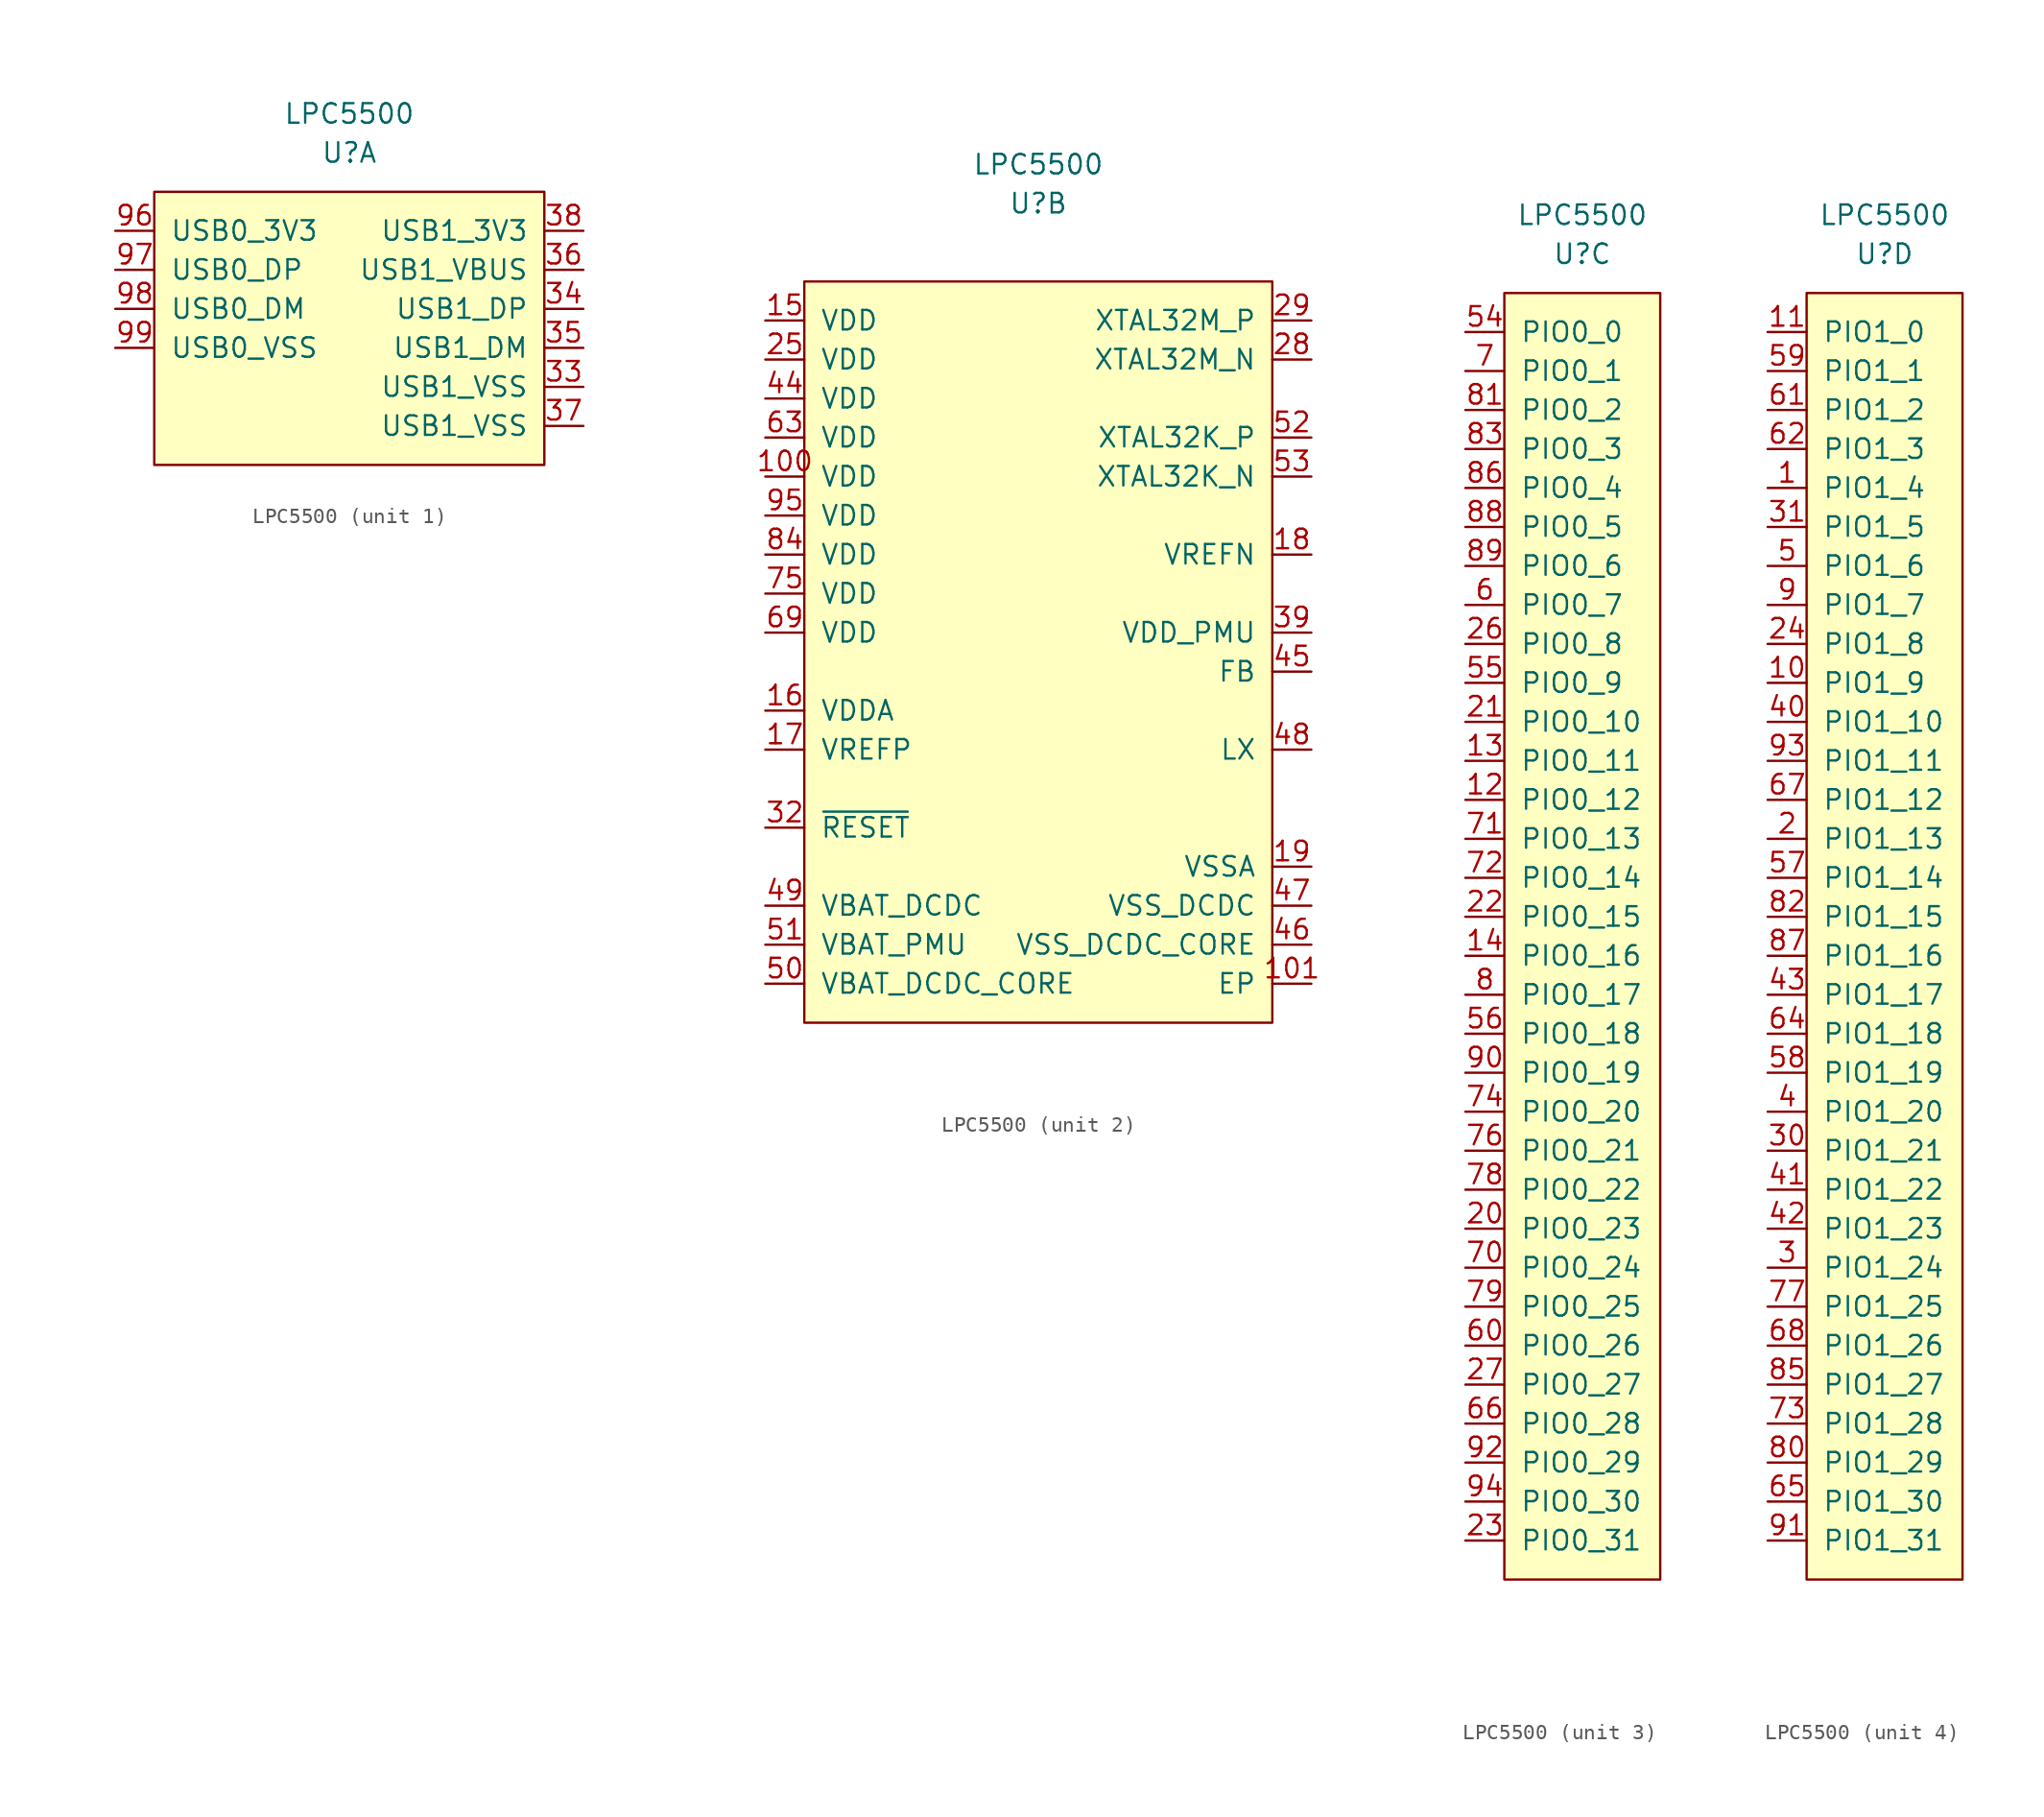
<source format=kicad_sym>
(kicad_symbol_lib
  (version 20220914)
  (generator kicad_symbol_editor)
  (symbol "LPC5500"
    (pin_names
      (offset 1.016))
    (property "Reference" "U"
      (at 0 10.16 0)
      (effects (font (size 1.27 1.27))))
    (property "Value" "LPC5500"
      (at 0 12.7 0)
      (effects (font (size 1.27 1.27))))
    (property "ki_locked" ""
      (at 0 0 0)
      (effects (font (size 1.27 1.27))))
    (symbol "LPC5500_1_1"
      (rectangle (start -12.7 7.62) (end 12.7 -10.16) (stroke (width 0) (type default)) (fill (type background)))
      (pin power_in line (at 15.24 -5.08 180) (length 2.54) (name "USB1_VSS" (effects (font (size 1.27 1.27)))) (number "33" (effects (font (size 1.27 1.27)))))
      (pin bidirectional line (at 15.24 0 180) (length 2.54) (name "USB1_DP" (effects (font (size 1.27 1.27)))) (number "34" (effects (font (size 1.27 1.27)))))
      (pin bidirectional line (at 15.24 -2.54 180) (length 2.54) (name "USB1_DM" (effects (font (size 1.27 1.27)))) (number "35" (effects (font (size 1.27 1.27)))))
      (pin power_in line (at 15.24 2.54 180) (length 2.54) (name "USB1_VBUS" (effects (font (size 1.27 1.27)))) (number "36" (effects (font (size 1.27 1.27)))))
      (pin power_in line (at 15.24 -7.62 180) (length 2.54) (name "USB1_VSS" (effects (font (size 1.27 1.27)))) (number "37" (effects (font (size 1.27 1.27)))))
      (pin power_in line (at 15.24 5.08 180) (length 2.54) (name "USB1_3V3" (effects (font (size 1.27 1.27)))) (number "38" (effects (font (size 1.27 1.27)))))
      (pin power_in line (at -15.24 5.08 0) (length 2.54) (name "USB0_3V3" (effects (font (size 1.27 1.27)))) (number "96" (effects (font (size 1.27 1.27)))))
      (pin bidirectional line (at -15.24 2.54 0) (length 2.54) (name "USB0_DP" (effects (font (size 1.27 1.27)))) (number "97" (effects (font (size 1.27 1.27)))))
      (pin bidirectional line (at -15.24 0 0) (length 2.54) (name "USB0_DM" (effects (font (size 1.27 1.27)))) (number "98" (effects (font (size 1.27 1.27)))))
      (pin power_in line (at -15.24 -2.54 0) (length 2.54) (name "USB0_VSS" (effects (font (size 1.27 1.27)))) (number "99" (effects (font (size 1.27 1.27))))))
    (symbol "LPC5500_2_1"
      (rectangle (start -15.24 5.08) (end 15.24 -43.18) (stroke (width 0) (type default)) (fill (type background)))
      (pin power_in line (at -17.78 -7.62 0) (length 2.54) (name "VDD" (effects (font (size 1.27 1.27)))) (number "100" (effects (font (size 1.27 1.27)))))
      (pin power_in line (at 17.78 -40.64 180) (length 2.54) (name "EP" (effects (font (size 1.27 1.27)))) (number "101" (effects (font (size 1.27 1.27)))))
      (pin power_in line (at -17.78 2.54 0) (length 2.54) (name "VDD" (effects (font (size 1.27 1.27)))) (number "15" (effects (font (size 1.27 1.27)))))
      (pin power_in line (at -17.78 -22.86 0) (length 2.54) (name "VDDA" (effects (font (size 1.27 1.27)))) (number "16" (effects (font (size 1.27 1.27)))))
      (pin power_in line (at -17.78 -25.4 0) (length 2.54) (name "VREFP" (effects (font (size 1.27 1.27)))) (number "17" (effects (font (size 1.27 1.27)))))
      (pin power_in line (at 17.78 -12.7 180) (length 2.54) (name "VREFN" (effects (font (size 1.27 1.27)))) (number "18" (effects (font (size 1.27 1.27)))))
      (pin power_in line (at 17.78 -33.02 180) (length 2.54) (name "VSSA" (effects (font (size 1.27 1.27)))) (number "19" (effects (font (size 1.27 1.27)))))
      (pin power_in line (at -17.78 0 0) (length 2.54) (name "VDD" (effects (font (size 1.27 1.27)))) (number "25" (effects (font (size 1.27 1.27)))))
      (pin input line (at 17.78 0 180) (length 2.54) (name "XTAL32M_N" (effects (font (size 1.27 1.27)))) (number "28" (effects (font (size 1.27 1.27)))))
      (pin input line (at 17.78 2.54 180) (length 2.54) (name "XTAL32M_P" (effects (font (size 1.27 1.27)))) (number "29" (effects (font (size 1.27 1.27)))))
      (pin input line (at -17.78 -30.48 0) (length 2.54) (name "~{RESET}" (effects (font (size 1.27 1.27)))) (number "32" (effects (font (size 1.27 1.27)))))
      (pin power_in line (at 17.78 -17.78 180) (length 2.54) (name "VDD_PMU" (effects (font (size 1.27 1.27)))) (number "39" (effects (font (size 1.27 1.27)))))
      (pin power_in line (at -17.78 -2.54 0) (length 2.54) (name "VDD" (effects (font (size 1.27 1.27)))) (number "44" (effects (font (size 1.27 1.27)))))
      (pin power_in line (at 17.78 -20.32 180) (length 2.54) (name "FB" (effects (font (size 1.27 1.27)))) (number "45" (effects (font (size 1.27 1.27)))))
      (pin power_in line (at 17.78 -38.1 180) (length 2.54) (name "VSS_DCDC_CORE" (effects (font (size 1.27 1.27)))) (number "46" (effects (font (size 1.27 1.27)))))
      (pin power_in line (at 17.78 -35.56 180) (length 2.54) (name "VSS_DCDC" (effects (font (size 1.27 1.27)))) (number "47" (effects (font (size 1.27 1.27)))))
      (pin power_out line (at 17.78 -25.4 180) (length 2.54) (name "LX" (effects (font (size 1.27 1.27)))) (number "48" (effects (font (size 1.27 1.27)))))
      (pin power_in line (at -17.78 -35.56 0) (length 2.54) (name "VBAT_DCDC" (effects (font (size 1.27 1.27)))) (number "49" (effects (font (size 1.27 1.27)))))
      (pin power_in line (at -17.78 -40.64 0) (length 2.54) (name "VBAT_DCDC_CORE" (effects (font (size 1.27 1.27)))) (number "50" (effects (font (size 1.27 1.27)))))
      (pin power_in line (at -17.78 -38.1 0) (length 2.54) (name "VBAT_PMU" (effects (font (size 1.27 1.27)))) (number "51" (effects (font (size 1.27 1.27)))))
      (pin input line (at 17.78 -5.08 180) (length 2.54) (name "XTAL32K_P" (effects (font (size 1.27 1.27)))) (number "52" (effects (font (size 1.27 1.27)))))
      (pin input line (at 17.78 -7.62 180) (length 2.54) (name "XTAL32K_N" (effects (font (size 1.27 1.27)))) (number "53" (effects (font (size 1.27 1.27)))))
      (pin power_in line (at -17.78 -5.08 0) (length 2.54) (name "VDD" (effects (font (size 1.27 1.27)))) (number "63" (effects (font (size 1.27 1.27)))))
      (pin power_in line (at -17.78 -17.78 0) (length 2.54) (name "VDD" (effects (font (size 1.27 1.27)))) (number "69" (effects (font (size 1.27 1.27)))))
      (pin power_in line (at -17.78 -15.24 0) (length 2.54) (name "VDD" (effects (font (size 1.27 1.27)))) (number "75" (effects (font (size 1.27 1.27)))))
      (pin power_in line (at -17.78 -12.7 0) (length 2.54) (name "VDD" (effects (font (size 1.27 1.27)))) (number "84" (effects (font (size 1.27 1.27)))))
      (pin power_in line (at -17.78 -10.16 0) (length 2.54) (name "VDD" (effects (font (size 1.27 1.27)))) (number "95" (effects (font (size 1.27 1.27))))))
    (symbol "LPC5500_3_1"
      (rectangle (start -5.08 7.62) (end 5.08 -76.2) (stroke (width 0) (type default)) (fill (type background)))
      (pin bidirectional line (at -7.62 -25.4 0) (length 2.54) (name "PIO0_12" (effects (font (size 1.27 1.27)))) (number "12" (effects (font (size 1.27 1.27)))))
      (pin bidirectional line (at -7.62 -22.86 0) (length 2.54) (name "PIO0_11" (effects (font (size 1.27 1.27)))) (number "13" (effects (font (size 1.27 1.27)))))
      (pin bidirectional line (at -7.62 -35.56 0) (length 2.54) (name "PIO0_16" (effects (font (size 1.27 1.27)))) (number "14" (effects (font (size 1.27 1.27)))))
      (pin bidirectional line (at -7.62 -53.34 0) (length 2.54) (name "PIO0_23" (effects (font (size 1.27 1.27)))) (number "20" (effects (font (size 1.27 1.27)))))
      (pin bidirectional line (at -7.62 -20.32 0) (length 2.54) (name "PIO0_10" (effects (font (size 1.27 1.27)))) (number "21" (effects (font (size 1.27 1.27)))))
      (pin bidirectional line (at -7.62 -33.02 0) (length 2.54) (name "PIO0_15" (effects (font (size 1.27 1.27)))) (number "22" (effects (font (size 1.27 1.27)))))
      (pin bidirectional line (at -7.62 -73.66 0) (length 2.54) (name "PIO0_31" (effects (font (size 1.27 1.27)))) (number "23" (effects (font (size 1.27 1.27)))))
      (pin bidirectional line (at -7.62 -15.24 0) (length 2.54) (name "PIO0_8" (effects (font (size 1.27 1.27)))) (number "26" (effects (font (size 1.27 1.27)))))
      (pin bidirectional line (at -7.62 -63.5 0) (length 2.54) (name "PIO0_27" (effects (font (size 1.27 1.27)))) (number "27" (effects (font (size 1.27 1.27)))))
      (pin bidirectional line (at -7.62 5.08 0) (length 2.54) (name "PIO0_0" (effects (font (size 1.27 1.27)))) (number "54" (effects (font (size 1.27 1.27)))))
      (pin bidirectional line (at -7.62 -17.78 0) (length 2.54) (name "PIO0_9" (effects (font (size 1.27 1.27)))) (number "55" (effects (font (size 1.27 1.27)))))
      (pin bidirectional line (at -7.62 -40.64 0) (length 2.54) (name "PIO0_18" (effects (font (size 1.27 1.27)))) (number "56" (effects (font (size 1.27 1.27)))))
      (pin bidirectional line (at -7.62 -12.7 0) (length 2.54) (name "PIO0_7" (effects (font (size 1.27 1.27)))) (number "6" (effects (font (size 1.27 1.27)))))
      (pin bidirectional line (at -7.62 -60.96 0) (length 2.54) (name "PIO0_26" (effects (font (size 1.27 1.27)))) (number "60" (effects (font (size 1.27 1.27)))))
      (pin bidirectional line (at -7.62 -66.04 0) (length 2.54) (name "PIO0_28" (effects (font (size 1.27 1.27)))) (number "66" (effects (font (size 1.27 1.27)))))
      (pin bidirectional line (at -7.62 2.54 0) (length 2.54) (name "PIO0_1" (effects (font (size 1.27 1.27)))) (number "7" (effects (font (size 1.27 1.27)))))
      (pin bidirectional line (at -7.62 -55.88 0) (length 2.54) (name "PIO0_24" (effects (font (size 1.27 1.27)))) (number "70" (effects (font (size 1.27 1.27)))))
      (pin bidirectional line (at -7.62 -27.94 0) (length 2.54) (name "PIO0_13" (effects (font (size 1.27 1.27)))) (number "71" (effects (font (size 1.27 1.27)))))
      (pin bidirectional line (at -7.62 -30.48 0) (length 2.54) (name "PIO0_14" (effects (font (size 1.27 1.27)))) (number "72" (effects (font (size 1.27 1.27)))))
      (pin bidirectional line (at -7.62 -45.72 0) (length 2.54) (name "PIO0_20" (effects (font (size 1.27 1.27)))) (number "74" (effects (font (size 1.27 1.27)))))
      (pin bidirectional line (at -7.62 -48.26 0) (length 2.54) (name "PIO0_21" (effects (font (size 1.27 1.27)))) (number "76" (effects (font (size 1.27 1.27)))))
      (pin bidirectional line (at -7.62 -50.8 0) (length 2.54) (name "PIO0_22" (effects (font (size 1.27 1.27)))) (number "78" (effects (font (size 1.27 1.27)))))
      (pin bidirectional line (at -7.62 -58.42 0) (length 2.54) (name "PIO0_25" (effects (font (size 1.27 1.27)))) (number "79" (effects (font (size 1.27 1.27)))))
      (pin bidirectional line (at -7.62 -38.1 0) (length 2.54) (name "PIO0_17" (effects (font (size 1.27 1.27)))) (number "8" (effects (font (size 1.27 1.27)))))
      (pin bidirectional line (at -7.62 0 0) (length 2.54) (name "PIO0_2" (effects (font (size 1.27 1.27)))) (number "81" (effects (font (size 1.27 1.27)))))
      (pin bidirectional line (at -7.62 -2.54 0) (length 2.54) (name "PIO0_3" (effects (font (size 1.27 1.27)))) (number "83" (effects (font (size 1.27 1.27)))))
      (pin bidirectional line (at -7.62 -5.08 0) (length 2.54) (name "PIO0_4" (effects (font (size 1.27 1.27)))) (number "86" (effects (font (size 1.27 1.27)))))
      (pin bidirectional line (at -7.62 -7.62 0) (length 2.54) (name "PIO0_5" (effects (font (size 1.27 1.27)))) (number "88" (effects (font (size 1.27 1.27)))))
      (pin bidirectional line (at -7.62 -10.16 0) (length 2.54) (name "PIO0_6" (effects (font (size 1.27 1.27)))) (number "89" (effects (font (size 1.27 1.27)))))
      (pin bidirectional line (at -7.62 -43.18 0) (length 2.54) (name "PIO0_19" (effects (font (size 1.27 1.27)))) (number "90" (effects (font (size 1.27 1.27)))))
      (pin bidirectional line (at -7.62 -68.58 0) (length 2.54) (name "PIO0_29" (effects (font (size 1.27 1.27)))) (number "92" (effects (font (size 1.27 1.27)))))
      (pin bidirectional line (at -7.62 -71.12 0) (length 2.54) (name "PIO0_30" (effects (font (size 1.27 1.27)))) (number "94" (effects (font (size 1.27 1.27))))))
    (symbol "LPC5500_4_1"
      (rectangle (start -5.08 7.62) (end 5.08 -76.2) (stroke (width 0) (type default)) (fill (type background)))
      (pin bidirectional line (at -7.62 -5.08 0) (length 2.54) (name "PIO1_4" (effects (font (size 1.27 1.27)))) (number "1" (effects (font (size 1.27 1.27)))))
      (pin bidirectional line (at -7.62 -17.78 0) (length 2.54) (name "PIO1_9" (effects (font (size 1.27 1.27)))) (number "10" (effects (font (size 1.27 1.27)))))
      (pin bidirectional line (at -7.62 5.08 0) (length 2.54) (name "PIO1_0" (effects (font (size 1.27 1.27)))) (number "11" (effects (font (size 1.27 1.27)))))
      (pin bidirectional line (at -7.62 -27.94 0) (length 2.54) (name "PIO1_13" (effects (font (size 1.27 1.27)))) (number "2" (effects (font (size 1.27 1.27)))))
      (pin bidirectional line (at -7.62 -15.24 0) (length 2.54) (name "PIO1_8" (effects (font (size 1.27 1.27)))) (number "24" (effects (font (size 1.27 1.27)))))
      (pin bidirectional line (at -7.62 -55.88 0) (length 2.54) (name "PIO1_24" (effects (font (size 1.27 1.27)))) (number "3" (effects (font (size 1.27 1.27)))))
      (pin bidirectional line (at -7.62 -48.26 0) (length 2.54) (name "PIO1_21" (effects (font (size 1.27 1.27)))) (number "30" (effects (font (size 1.27 1.27)))))
      (pin bidirectional line (at -7.62 -7.62 0) (length 2.54) (name "PIO1_5" (effects (font (size 1.27 1.27)))) (number "31" (effects (font (size 1.27 1.27)))))
      (pin bidirectional line (at -7.62 -45.72 0) (length 2.54) (name "PIO1_20" (effects (font (size 1.27 1.27)))) (number "4" (effects (font (size 1.27 1.27)))))
      (pin bidirectional line (at -7.62 -20.32 0) (length 2.54) (name "PIO1_10" (effects (font (size 1.27 1.27)))) (number "40" (effects (font (size 1.27 1.27)))))
      (pin bidirectional line (at -7.62 -50.8 0) (length 2.54) (name "PIO1_22" (effects (font (size 1.27 1.27)))) (number "41" (effects (font (size 1.27 1.27)))))
      (pin bidirectional line (at -7.62 -53.34 0) (length 2.54) (name "PIO1_23" (effects (font (size 1.27 1.27)))) (number "42" (effects (font (size 1.27 1.27)))))
      (pin bidirectional line (at -7.62 -38.1 0) (length 2.54) (name "PIO1_17" (effects (font (size 1.27 1.27)))) (number "43" (effects (font (size 1.27 1.27)))))
      (pin bidirectional line (at -7.62 -10.16 0) (length 2.54) (name "PIO1_6" (effects (font (size 1.27 1.27)))) (number "5" (effects (font (size 1.27 1.27)))))
      (pin bidirectional line (at -7.62 -30.48 0) (length 2.54) (name "PIO1_14" (effects (font (size 1.27 1.27)))) (number "57" (effects (font (size 1.27 1.27)))))
      (pin bidirectional line (at -7.62 -43.18 0) (length 2.54) (name "PIO1_19" (effects (font (size 1.27 1.27)))) (number "58" (effects (font (size 1.27 1.27)))))
      (pin bidirectional line (at -7.62 2.54 0) (length 2.54) (name "PIO1_1" (effects (font (size 1.27 1.27)))) (number "59" (effects (font (size 1.27 1.27)))))
      (pin bidirectional line (at -7.62 0 0) (length 2.54) (name "PIO1_2" (effects (font (size 1.27 1.27)))) (number "61" (effects (font (size 1.27 1.27)))))
      (pin bidirectional line (at -7.62 -2.54 0) (length 2.54) (name "PIO1_3" (effects (font (size 1.27 1.27)))) (number "62" (effects (font (size 1.27 1.27)))))
      (pin bidirectional line (at -7.62 -40.64 0) (length 2.54) (name "PIO1_18" (effects (font (size 1.27 1.27)))) (number "64" (effects (font (size 1.27 1.27)))))
      (pin bidirectional line (at -7.62 -71.12 0) (length 2.54) (name "PIO1_30" (effects (font (size 1.27 1.27)))) (number "65" (effects (font (size 1.27 1.27)))))
      (pin bidirectional line (at -7.62 -25.4 0) (length 2.54) (name "PIO1_12" (effects (font (size 1.27 1.27)))) (number "67" (effects (font (size 1.27 1.27)))))
      (pin bidirectional line (at -7.62 -60.96 0) (length 2.54) (name "PIO1_26" (effects (font (size 1.27 1.27)))) (number "68" (effects (font (size 1.27 1.27)))))
      (pin bidirectional line (at -7.62 -66.04 0) (length 2.54) (name "PIO1_28" (effects (font (size 1.27 1.27)))) (number "73" (effects (font (size 1.27 1.27)))))
      (pin bidirectional line (at -7.62 -58.42 0) (length 2.54) (name "PIO1_25" (effects (font (size 1.27 1.27)))) (number "77" (effects (font (size 1.27 1.27)))))
      (pin bidirectional line (at -7.62 -68.58 0) (length 2.54) (name "PIO1_29" (effects (font (size 1.27 1.27)))) (number "80" (effects (font (size 1.27 1.27)))))
      (pin bidirectional line (at -7.62 -33.02 0) (length 2.54) (name "PIO1_15" (effects (font (size 1.27 1.27)))) (number "82" (effects (font (size 1.27 1.27)))))
      (pin bidirectional line (at -7.62 -63.5 0) (length 2.54) (name "PIO1_27" (effects (font (size 1.27 1.27)))) (number "85" (effects (font (size 1.27 1.27)))))
      (pin bidirectional line (at -7.62 -35.56 0) (length 2.54) (name "PIO1_16" (effects (font (size 1.27 1.27)))) (number "87" (effects (font (size 1.27 1.27)))))
      (pin bidirectional line (at -7.62 -12.7 0) (length 2.54) (name "PIO1_7" (effects (font (size 1.27 1.27)))) (number "9" (effects (font (size 1.27 1.27)))))
      (pin bidirectional line (at -7.62 -73.66 0) (length 2.54) (name "PIO1_31" (effects (font (size 1.27 1.27)))) (number "91" (effects (font (size 1.27 1.27)))))
      (pin bidirectional line (at -7.62 -22.86 0) (length 2.54) (name "PIO1_11" (effects (font (size 1.27 1.27)))) (number "93" (effects (font (size 1.27 1.27))))))))
</source>
